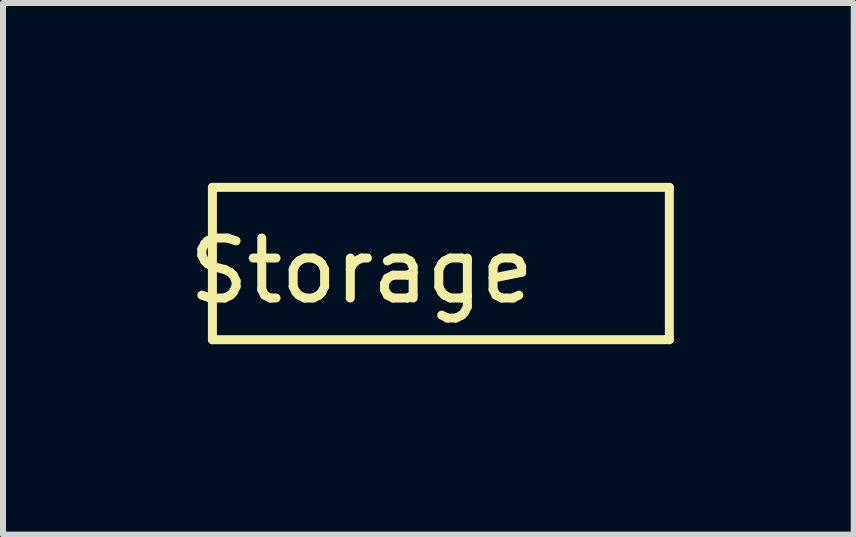
<source format=kicad_pcb>
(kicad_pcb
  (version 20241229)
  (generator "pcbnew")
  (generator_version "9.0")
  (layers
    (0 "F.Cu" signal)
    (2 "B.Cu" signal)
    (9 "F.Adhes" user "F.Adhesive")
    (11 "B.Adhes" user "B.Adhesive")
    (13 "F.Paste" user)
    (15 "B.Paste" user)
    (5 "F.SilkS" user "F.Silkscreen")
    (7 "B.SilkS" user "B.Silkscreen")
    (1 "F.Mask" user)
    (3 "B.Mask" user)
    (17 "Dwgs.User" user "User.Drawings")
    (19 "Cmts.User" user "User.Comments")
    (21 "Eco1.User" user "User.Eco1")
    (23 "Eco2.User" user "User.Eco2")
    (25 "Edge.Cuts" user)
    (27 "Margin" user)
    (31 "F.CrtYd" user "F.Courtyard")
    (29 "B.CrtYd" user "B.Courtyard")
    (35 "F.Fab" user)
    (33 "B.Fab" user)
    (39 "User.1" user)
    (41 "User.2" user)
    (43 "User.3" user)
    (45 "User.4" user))
  (footprint "Storage"
    (layer "F.Cu")
    (at 3.032 2.615)
    (property "Reference" "Storage" (at -0.05 -1.15 0) (layer "F.SilkS") (effects (font (size 1 1) (thickness 0.15))))
    (attr through_hole)
    (fp_line (start -2.54 -2.54) (end -2.54 0) (stroke (width 0.15) (type solid)) (layer "F.SilkS"))
    (fp_line (start -2.54 0) (end 5.08 0) (stroke (width 0.15) (type solid)) (layer "F.SilkS"))
    (fp_line (start 5.08 -2.54) (end -2.54 -2.54) (stroke (width 0.15) (type solid)) (layer "F.SilkS"))
    (fp_line (start 5.08 0) (end 5.08 -2.54) (stroke (width 0.15) (type solid)) (layer "F.SilkS")))
  (gr_rect
    (start -3 -3)
    (end 11.187 5.865)
    (stroke (width 0.1) (type default))
    (fill no)
    (layer "Edge.Cuts")))
</source>
